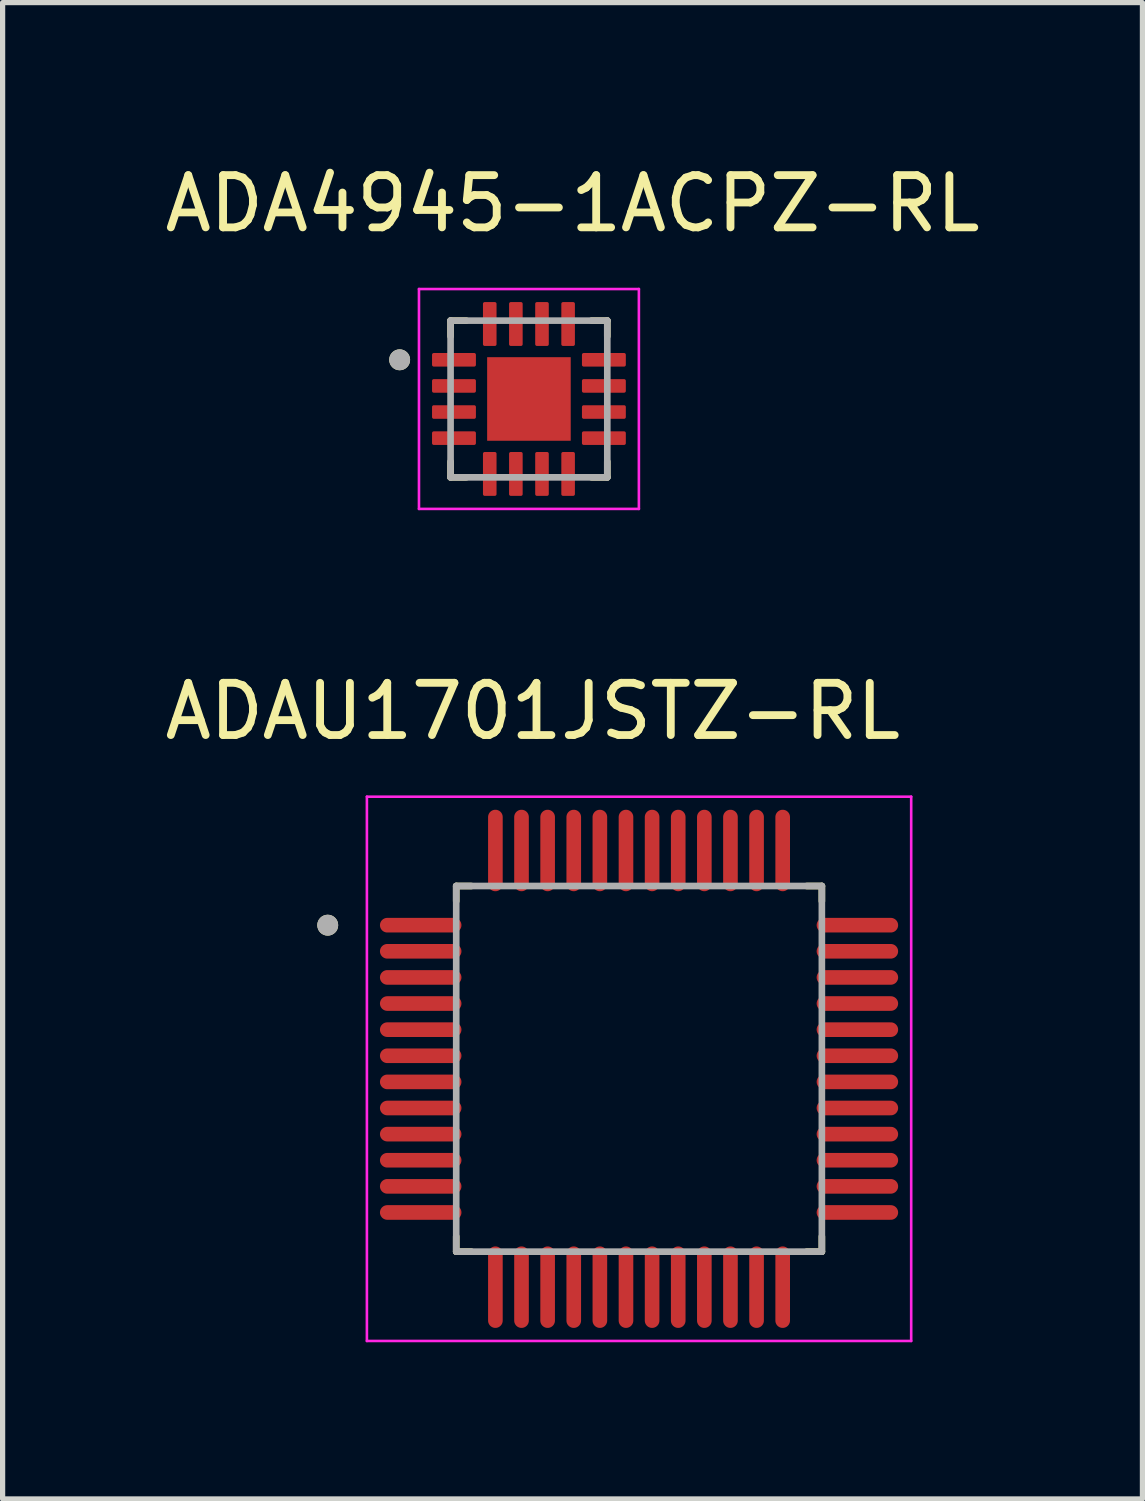
<source format=kicad_pcb>
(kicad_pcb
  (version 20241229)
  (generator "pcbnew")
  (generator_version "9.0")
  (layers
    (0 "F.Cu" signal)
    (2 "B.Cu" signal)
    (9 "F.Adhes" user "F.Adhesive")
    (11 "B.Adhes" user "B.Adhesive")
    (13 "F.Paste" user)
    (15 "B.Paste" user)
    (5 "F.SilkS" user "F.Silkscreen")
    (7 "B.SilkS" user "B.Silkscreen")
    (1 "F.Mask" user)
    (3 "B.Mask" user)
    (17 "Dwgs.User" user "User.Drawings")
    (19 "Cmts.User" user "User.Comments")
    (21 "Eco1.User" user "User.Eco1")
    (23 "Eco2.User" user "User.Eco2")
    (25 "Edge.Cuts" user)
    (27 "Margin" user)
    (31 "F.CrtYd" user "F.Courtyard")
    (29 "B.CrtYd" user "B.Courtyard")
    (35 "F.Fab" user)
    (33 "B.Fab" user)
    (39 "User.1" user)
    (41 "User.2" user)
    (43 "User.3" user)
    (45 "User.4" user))
  (footprint "ADA4945-1ACPZ-RL"
    (layer "F.Cu")
    (at 7.076 4.588)
    (property "Reference" "ADA4945-1ACPZ-RL" (at 0.835 -3.74 0) (layer "F.SilkS") (effects (font (size 1 1) (thickness 0.15))))
    (attr smd)
    (fp_line (start -1.5 -1.5) (end -1.5 -1.2) (stroke (width 0.127) (type solid)) (layer "F.SilkS"))
    (fp_line (start -1.5 -1.5) (end -1.2 -1.5) (stroke (width 0.127) (type solid)) (layer "F.SilkS"))
    (fp_line (start -1.5 1.5) (end -1.5 1.2) (stroke (width 0.127) (type solid)) (layer "F.SilkS"))
    (fp_line (start -1.5 1.5) (end -1.2 1.5) (stroke (width 0.127) (type solid)) (layer "F.SilkS"))
    (fp_line (start 1.5 -1.5) (end 1.2 -1.5) (stroke (width 0.127) (type solid)) (layer "F.SilkS"))
    (fp_line (start 1.5 -1.5) (end 1.5 -1.2) (stroke (width 0.127) (type solid)) (layer "F.SilkS"))
    (fp_line (start 1.5 1.5) (end 1.2 1.5) (stroke (width 0.127) (type solid)) (layer "F.SilkS"))
    (fp_line (start 1.5 1.5) (end 1.5 1.2) (stroke (width 0.127) (type solid)) (layer "F.SilkS"))
    (fp_circle (center -2.475 -0.75) (end -2.375 -0.75) (stroke (width 0.2) (type solid)) (fill no) (layer "F.SilkS"))
    (fp_poly (pts (xy -0.51 -0.51) (xy 0.51 -0.51) (xy 0.51 0.51) (xy -0.51 0.51)) (stroke (width 0.01) (type solid)) (fill yes) (layer "F.Paste"))
    (fp_line (start -2.105 -2.105) (end 2.105 -2.105) (stroke (width 0.05) (type solid)) (layer "F.CrtYd"))
    (fp_line (start -2.105 2.105) (end -2.105 -2.105) (stroke (width 0.05) (type solid)) (layer "F.CrtYd"))
    (fp_line (start -2.105 2.105) (end 2.105 2.105) (stroke (width 0.05) (type solid)) (layer "F.CrtYd"))
    (fp_line (start 2.105 2.105) (end 2.105 -2.105) (stroke (width 0.05) (type solid)) (layer "F.CrtYd"))
    (fp_line (start -1.5 1.5) (end -1.5 -1.5) (stroke (width 0.127) (type solid)) (layer "F.Fab"))
    (fp_line (start 1.5 -1.5) (end -1.5 -1.5) (stroke (width 0.127) (type solid)) (layer "F.Fab"))
    (fp_line (start 1.5 1.5) (end -1.5 1.5) (stroke (width 0.127) (type solid)) (layer "F.Fab"))
    (fp_line (start 1.5 1.5) (end 1.5 -1.5) (stroke (width 0.127) (type solid)) (layer "F.Fab"))
    (fp_circle (center -2.475 -0.75) (end -2.375 -0.75) (stroke (width 0.2) (type solid)) (fill no) (layer "F.Fab"))
    (pad "1" smd roundrect (at -1.435 -0.75) (size 0.84 0.26) (layers "F.Cu" "F.Mask" "F.Paste") (roundrect_rratio 0.125))
    (pad "2" smd roundrect (at -1.435 -0.25) (size 0.84 0.26) (layers "F.Cu" "F.Mask" "F.Paste") (roundrect_rratio 0.125))
    (pad "3" smd roundrect (at -1.435 0.25) (size 0.84 0.26) (layers "F.Cu" "F.Mask" "F.Paste") (roundrect_rratio 0.125))
    (pad "4" smd roundrect (at -1.435 0.75) (size 0.84 0.26) (layers "F.Cu" "F.Mask" "F.Paste") (roundrect_rratio 0.125))
    (pad "5" smd roundrect (at -0.75 1.435) (size 0.26 0.84) (layers "F.Cu" "F.Mask" "F.Paste") (roundrect_rratio 0.125))
    (pad "6" smd roundrect (at -0.25 1.435) (size 0.26 0.84) (layers "F.Cu" "F.Mask" "F.Paste") (roundrect_rratio 0.125))
    (pad "7" smd roundrect (at 0.25 1.435) (size 0.26 0.84) (layers "F.Cu" "F.Mask" "F.Paste") (roundrect_rratio 0.125))
    (pad "8" smd roundrect (at 0.75 1.435) (size 0.26 0.84) (layers "F.Cu" "F.Mask" "F.Paste") (roundrect_rratio 0.125))
    (pad "9" smd roundrect (at 1.435 0.75) (size 0.84 0.26) (layers "F.Cu" "F.Mask" "F.Paste") (roundrect_rratio 0.125))
    (pad "10" smd roundrect (at 1.435 0.25) (size 0.84 0.26) (layers "F.Cu" "F.Mask" "F.Paste") (roundrect_rratio 0.125))
    (pad "11" smd roundrect (at 1.435 -0.25) (size 0.84 0.26) (layers "F.Cu" "F.Mask" "F.Paste") (roundrect_rratio 0.125))
    (pad "12" smd roundrect (at 1.435 -0.75) (size 0.84 0.26) (layers "F.Cu" "F.Mask" "F.Paste") (roundrect_rratio 0.125))
    (pad "13" smd roundrect (at 0.75 -1.435) (size 0.26 0.84) (layers "F.Cu" "F.Mask" "F.Paste") (roundrect_rratio 0.125))
    (pad "14" smd roundrect (at 0.25 -1.435) (size 0.26 0.84) (layers "F.Cu" "F.Mask" "F.Paste") (roundrect_rratio 0.125))
    (pad "15" smd roundrect (at -0.25 -1.435) (size 0.26 0.84) (layers "F.Cu" "F.Mask" "F.Paste") (roundrect_rratio 0.125))
    (pad "16" smd roundrect (at -0.75 -1.435) (size 0.26 0.84) (layers "F.Cu" "F.Mask" "F.Paste") (roundrect_rratio 0.125))
    (pad "17" smd rect (at 0 0) (size 1.6 1.6) (layers "F.Cu" "F.Mask")))
  (footprint "ADAU1701JSTZ-RL"
    (layer "F.Cu")
    (at 9.184 17.412)
    (property "Reference" "ADAU1701JSTZ-RL" (at -2.035 -6.845 0) (layer "F.SilkS") (effects (font (size 1 1) (thickness 0.15))))
    (attr smd)
    (fp_line (start -3.5 -3.5) (end -3.21 -3.5) (stroke (width 0.127) (type solid)) (layer "F.SilkS"))
    (fp_line (start -3.5 -3.21) (end -3.5 -3.5) (stroke (width 0.127) (type solid)) (layer "F.SilkS"))
    (fp_line (start -3.5 3.5) (end -3.5 3.21) (stroke (width 0.127) (type solid)) (layer "F.SilkS"))
    (fp_line (start -3.21 3.5) (end -3.5 3.5) (stroke (width 0.127) (type solid)) (layer "F.SilkS"))
    (fp_line (start 3.21 -3.5) (end 3.5 -3.5) (stroke (width 0.127) (type solid)) (layer "F.SilkS"))
    (fp_line (start 3.5 -3.5) (end 3.5 -3.21) (stroke (width 0.127) (type solid)) (layer "F.SilkS"))
    (fp_line (start 3.5 3.5) (end 3.21 3.5) (stroke (width 0.127) (type solid)) (layer "F.SilkS"))
    (fp_line (start 3.5 3.5) (end 3.5 3.21) (stroke (width 0.127) (type solid)) (layer "F.SilkS"))
    (fp_circle (center -5.96 -2.75) (end -5.86 -2.75) (stroke (width 0.2) (type solid)) (fill no) (layer "F.SilkS"))
    (fp_line (start -5.21 -5.21) (end -5.21 5.21) (stroke (width 0.05) (type solid)) (layer "F.CrtYd"))
    (fp_line (start -5.21 5.21) (end 5.21 5.21) (stroke (width 0.05) (type solid)) (layer "F.CrtYd"))
    (fp_line (start 5.21 -5.21) (end -5.21 -5.21) (stroke (width 0.05) (type solid)) (layer "F.CrtYd"))
    (fp_line (start 5.21 5.21) (end 5.21 -5.21) (stroke (width 0.05) (type solid)) (layer "F.CrtYd"))
    (fp_line (start -3.5 -3.5) (end 3.5 -3.5) (stroke (width 0.127) (type solid)) (layer "F.Fab"))
    (fp_line (start -3.5 3.5) (end -3.5 -3.5) (stroke (width 0.127) (type solid)) (layer "F.Fab"))
    (fp_line (start 3.5 -3.5) (end 3.5 3.5) (stroke (width 0.127) (type solid)) (layer "F.Fab"))
    (fp_line (start 3.5 3.5) (end -3.5 3.5) (stroke (width 0.127) (type solid)) (layer "F.Fab"))
    (fp_circle (center -5.96 -2.75) (end -5.86 -2.75) (stroke (width 0.2) (type solid)) (fill no) (layer "F.Fab"))
    (pad "1" smd oval (at -4.18 -2.75) (size 1.56 0.28) (layers "F.Cu" "F.Mask" "F.Paste"))
    (pad "2" smd oval (at -4.18 -2.25) (size 1.56 0.28) (layers "F.Cu" "F.Mask" "F.Paste"))
    (pad "3" smd oval (at -4.18 -1.75) (size 1.56 0.28) (layers "F.Cu" "F.Mask" "F.Paste"))
    (pad "4" smd oval (at -4.18 -1.25) (size 1.56 0.28) (layers "F.Cu" "F.Mask" "F.Paste"))
    (pad "5" smd oval (at -4.18 -0.75) (size 1.56 0.28) (layers "F.Cu" "F.Mask" "F.Paste"))
    (pad "6" smd oval (at -4.18 -0.25) (size 1.56 0.28) (layers "F.Cu" "F.Mask" "F.Paste"))
    (pad "7" smd oval (at -4.18 0.25) (size 1.56 0.28) (layers "F.Cu" "F.Mask" "F.Paste"))
    (pad "8" smd oval (at -4.18 0.75) (size 1.56 0.28) (layers "F.Cu" "F.Mask" "F.Paste"))
    (pad "9" smd oval (at -4.18 1.25) (size 1.56 0.28) (layers "F.Cu" "F.Mask" "F.Paste"))
    (pad "10" smd oval (at -4.18 1.75) (size 1.56 0.28) (layers "F.Cu" "F.Mask" "F.Paste"))
    (pad "11" smd oval (at -4.18 2.25) (size 1.56 0.28) (layers "F.Cu" "F.Mask" "F.Paste"))
    (pad "12" smd oval (at -4.18 2.75) (size 1.56 0.28) (layers "F.Cu" "F.Mask" "F.Paste"))
    (pad "13" smd oval (at -2.75 4.18) (size 0.28 1.56) (layers "F.Cu" "F.Mask" "F.Paste"))
    (pad "14" smd oval (at -2.25 4.18) (size 0.28 1.56) (layers "F.Cu" "F.Mask" "F.Paste"))
    (pad "15" smd oval (at -1.75 4.18) (size 0.28 1.56) (layers "F.Cu" "F.Mask" "F.Paste"))
    (pad "16" smd oval (at -1.25 4.18) (size 0.28 1.56) (layers "F.Cu" "F.Mask" "F.Paste"))
    (pad "17" smd oval (at -0.75 4.18) (size 0.28 1.56) (layers "F.Cu" "F.Mask" "F.Paste"))
    (pad "18" smd oval (at -0.25 4.18) (size 0.28 1.56) (layers "F.Cu" "F.Mask" "F.Paste"))
    (pad "19" smd oval (at 0.25 4.18) (size 0.28 1.56) (layers "F.Cu" "F.Mask" "F.Paste"))
    (pad "20" smd oval (at 0.75 4.18) (size 0.28 1.56) (layers "F.Cu" "F.Mask" "F.Paste"))
    (pad "21" smd oval (at 1.25 4.18) (size 0.28 1.56) (layers "F.Cu" "F.Mask" "F.Paste"))
    (pad "22" smd oval (at 1.75 4.18) (size 0.28 1.56) (layers "F.Cu" "F.Mask" "F.Paste"))
    (pad "23" smd oval (at 2.25 4.18) (size 0.28 1.56) (layers "F.Cu" "F.Mask" "F.Paste"))
    (pad "24" smd oval (at 2.75 4.18) (size 0.28 1.56) (layers "F.Cu" "F.Mask" "F.Paste"))
    (pad "25" smd oval (at 4.18 2.75) (size 1.56 0.28) (layers "F.Cu" "F.Mask" "F.Paste"))
    (pad "26" smd oval (at 4.18 2.25) (size 1.56 0.28) (layers "F.Cu" "F.Mask" "F.Paste"))
    (pad "27" smd oval (at 4.18 1.75) (size 1.56 0.28) (layers "F.Cu" "F.Mask" "F.Paste"))
    (pad "28" smd oval (at 4.18 1.25) (size 1.56 0.28) (layers "F.Cu" "F.Mask" "F.Paste"))
    (pad "29" smd oval (at 4.18 0.75) (size 1.56 0.28) (layers "F.Cu" "F.Mask" "F.Paste"))
    (pad "30" smd oval (at 4.18 0.25) (size 1.56 0.28) (layers "F.Cu" "F.Mask" "F.Paste"))
    (pad "31" smd oval (at 4.18 -0.25) (size 1.56 0.28) (layers "F.Cu" "F.Mask" "F.Paste"))
    (pad "32" smd oval (at 4.18 -0.75) (size 1.56 0.28) (layers "F.Cu" "F.Mask" "F.Paste"))
    (pad "33" smd oval (at 4.18 -1.25) (size 1.56 0.28) (layers "F.Cu" "F.Mask" "F.Paste"))
    (pad "34" smd oval (at 4.18 -1.75) (size 1.56 0.28) (layers "F.Cu" "F.Mask" "F.Paste"))
    (pad "35" smd oval (at 4.18 -2.25) (size 1.56 0.28) (layers "F.Cu" "F.Mask" "F.Paste"))
    (pad "36" smd oval (at 4.18 -2.75) (size 1.56 0.28) (layers "F.Cu" "F.Mask" "F.Paste"))
    (pad "37" smd oval (at 2.75 -4.18) (size 0.28 1.56) (layers "F.Cu" "F.Mask" "F.Paste"))
    (pad "38" smd oval (at 2.25 -4.18) (size 0.28 1.56) (layers "F.Cu" "F.Mask" "F.Paste"))
    (pad "39" smd oval (at 1.75 -4.18) (size 0.28 1.56) (layers "F.Cu" "F.Mask" "F.Paste"))
    (pad "40" smd oval (at 1.25 -4.18) (size 0.28 1.56) (layers "F.Cu" "F.Mask" "F.Paste"))
    (pad "41" smd oval (at 0.75 -4.18) (size 0.28 1.56) (layers "F.Cu" "F.Mask" "F.Paste"))
    (pad "42" smd oval (at 0.25 -4.18) (size 0.28 1.56) (layers "F.Cu" "F.Mask" "F.Paste"))
    (pad "43" smd oval (at -0.25 -4.18) (size 0.28 1.56) (layers "F.Cu" "F.Mask" "F.Paste"))
    (pad "44" smd oval (at -0.75 -4.18) (size 0.28 1.56) (layers "F.Cu" "F.Mask" "F.Paste"))
    (pad "45" smd oval (at -1.25 -4.18) (size 0.28 1.56) (layers "F.Cu" "F.Mask" "F.Paste"))
    (pad "46" smd oval (at -1.75 -4.18) (size 0.28 1.56) (layers "F.Cu" "F.Mask" "F.Paste"))
    (pad "47" smd oval (at -2.25 -4.18) (size 0.28 1.56) (layers "F.Cu" "F.Mask" "F.Paste"))
    (pad "48" smd oval (at -2.75 -4.18) (size 0.28 1.56) (layers "F.Cu" "F.Mask" "F.Paste")))
  (gr_rect
    (start -3 -3)
    (end 18.821 25.646)
    (stroke (width 0.1) (type default))
    (fill no)
    (layer "Edge.Cuts")))
</source>
